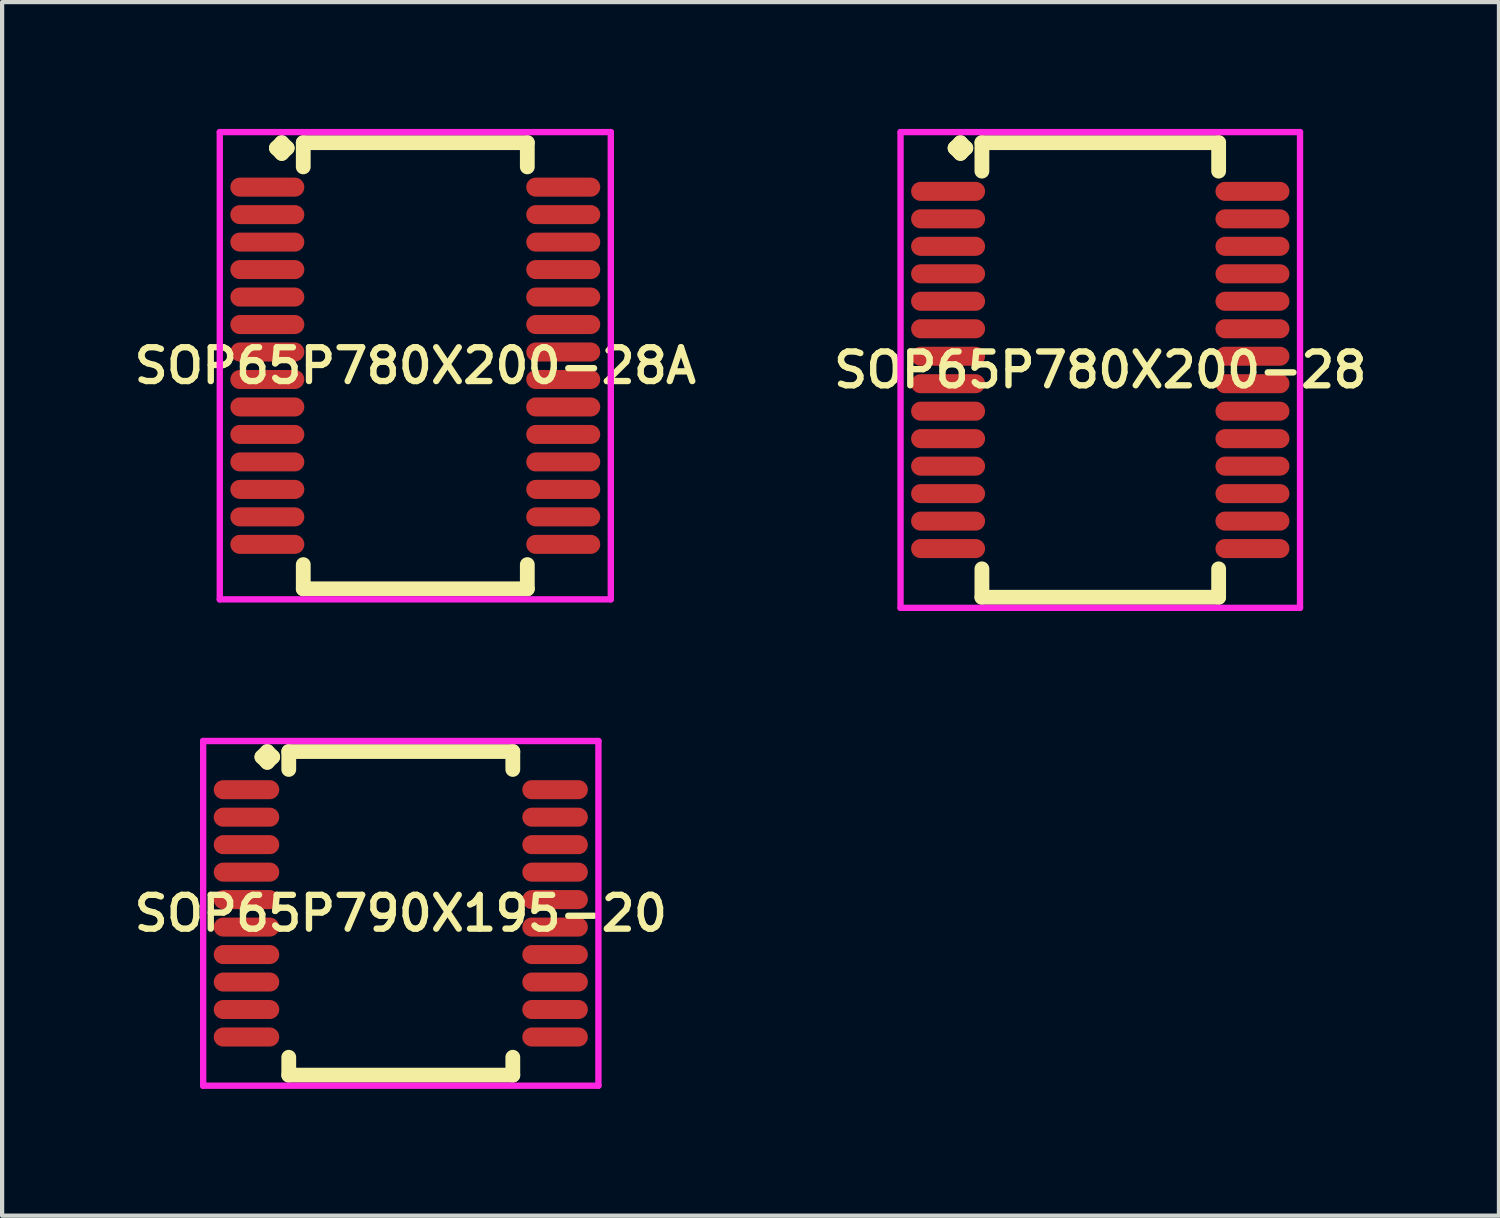
<source format=kicad_pcb>
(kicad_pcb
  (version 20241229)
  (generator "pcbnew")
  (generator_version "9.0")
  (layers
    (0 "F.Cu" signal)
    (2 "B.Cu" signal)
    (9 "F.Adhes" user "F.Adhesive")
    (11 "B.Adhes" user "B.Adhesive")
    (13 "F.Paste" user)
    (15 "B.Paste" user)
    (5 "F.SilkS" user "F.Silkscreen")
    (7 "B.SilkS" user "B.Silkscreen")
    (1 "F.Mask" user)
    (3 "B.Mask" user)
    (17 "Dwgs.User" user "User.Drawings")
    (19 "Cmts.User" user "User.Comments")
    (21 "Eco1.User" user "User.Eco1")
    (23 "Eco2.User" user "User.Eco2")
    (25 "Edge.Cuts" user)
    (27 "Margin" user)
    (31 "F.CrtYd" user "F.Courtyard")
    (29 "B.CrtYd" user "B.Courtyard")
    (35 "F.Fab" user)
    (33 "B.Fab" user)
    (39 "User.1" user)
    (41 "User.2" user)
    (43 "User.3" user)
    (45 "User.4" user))
  (footprint "SOP65P780X200-28"
    (layer "F.Cu")
    (at 22.978 5.702)
    (property "Reference" "SOP65P780X200-28" (at 0 0 0) (layer "F.SilkS") (effects (font (size 0.8 0.8) (thickness 0.15))))
    (attr smd)
    (fp_line (start -3.435 -5.25) (end -3.308 -5.377) (stroke (width 0.35) (type solid)) (layer "F.SilkS"))
    (fp_line (start -3.308 -5.377) (end -3.181 -5.25) (stroke (width 0.35) (type solid)) (layer "F.SilkS"))
    (fp_line (start -3.308 -5.123) (end -3.435 -5.25) (stroke (width 0.35) (type solid)) (layer "F.SilkS"))
    (fp_line (start -3.181 -5.25) (end -3.308 -5.123) (stroke (width 0.35) (type solid)) (layer "F.SilkS"))
    (fp_line (start -2.8 -5.377) (end 2.8 -5.377) (stroke (width 0.35) (type solid)) (layer "F.SilkS"))
    (fp_line (start -2.8 -4.704) (end -2.8 -5.377) (stroke (width 0.35) (type solid)) (layer "F.SilkS"))
    (fp_line (start -2.8 4.704) (end -2.8 5.377) (stroke (width 0.35) (type solid)) (layer "F.SilkS"))
    (fp_line (start -2.8 5.377) (end 2.8 5.377) (stroke (width 0.35) (type solid)) (layer "F.SilkS"))
    (fp_line (start 2.8 -5.377) (end 2.8 -4.704) (stroke (width 0.35) (type solid)) (layer "F.SilkS"))
    (fp_line (start 2.8 5.377) (end 2.8 4.704) (stroke (width 0.35) (type solid)) (layer "F.SilkS"))
    (fp_line (start -4.725 -5.627) (end 4.725 -5.627) (stroke (width 0.15) (type solid)) (layer "F.CrtYd"))
    (fp_line (start -4.725 5.627) (end -4.725 -5.627) (stroke (width 0.15) (type solid)) (layer "F.CrtYd"))
    (fp_line (start 4.725 -5.627) (end 4.725 5.627) (stroke (width 0.15) (type solid)) (layer "F.CrtYd"))
    (fp_line (start 4.725 5.627) (end -4.725 5.627) (stroke (width 0.15) (type solid)) (layer "F.CrtYd"))
    (pad "1" smd oval (at -3.6 -4.225) (size 1.75 0.45) (layers "F.Cu" "F.Mask" "F.Paste"))
    (pad "2" smd oval (at -3.6 -3.575) (size 1.75 0.45) (layers "F.Cu" "F.Mask" "F.Paste"))
    (pad "3" smd oval (at -3.6 -2.925) (size 1.75 0.45) (layers "F.Cu" "F.Mask" "F.Paste"))
    (pad "4" smd oval (at -3.6 -2.275) (size 1.75 0.45) (layers "F.Cu" "F.Mask" "F.Paste"))
    (pad "5" smd oval (at -3.6 -1.625) (size 1.75 0.45) (layers "F.Cu" "F.Mask" "F.Paste"))
    (pad "6" smd oval (at -3.6 -0.975) (size 1.75 0.45) (layers "F.Cu" "F.Mask" "F.Paste"))
    (pad "7" smd oval (at -3.6 -0.325) (size 1.75 0.45) (layers "F.Cu" "F.Mask" "F.Paste"))
    (pad "8" smd oval (at -3.6 0.325) (size 1.75 0.45) (layers "F.Cu" "F.Mask" "F.Paste"))
    (pad "9" smd oval (at -3.6 0.975) (size 1.75 0.45) (layers "F.Cu" "F.Mask" "F.Paste"))
    (pad "10" smd oval (at -3.6 1.625) (size 1.75 0.45) (layers "F.Cu" "F.Mask" "F.Paste"))
    (pad "11" smd oval (at -3.6 2.275) (size 1.75 0.45) (layers "F.Cu" "F.Mask" "F.Paste"))
    (pad "12" smd oval (at -3.6 2.925) (size 1.75 0.45) (layers "F.Cu" "F.Mask" "F.Paste"))
    (pad "13" smd oval (at -3.6 3.575) (size 1.75 0.45) (layers "F.Cu" "F.Mask" "F.Paste"))
    (pad "14" smd oval (at -3.6 4.225) (size 1.75 0.45) (layers "F.Cu" "F.Mask" "F.Paste"))
    (pad "15" smd oval (at 3.6 4.225) (size 1.75 0.45) (layers "F.Cu" "F.Mask" "F.Paste"))
    (pad "16" smd oval (at 3.6 3.575) (size 1.75 0.45) (layers "F.Cu" "F.Mask" "F.Paste"))
    (pad "17" smd oval (at 3.6 2.925) (size 1.75 0.45) (layers "F.Cu" "F.Mask" "F.Paste"))
    (pad "18" smd oval (at 3.6 2.275) (size 1.75 0.45) (layers "F.Cu" "F.Mask" "F.Paste"))
    (pad "19" smd oval (at 3.6 1.625) (size 1.75 0.45) (layers "F.Cu" "F.Mask" "F.Paste"))
    (pad "20" smd oval (at 3.6 0.975) (size 1.75 0.45) (layers "F.Cu" "F.Mask" "F.Paste"))
    (pad "21" smd oval (at 3.6 0.325) (size 1.75 0.45) (layers "F.Cu" "F.Mask" "F.Paste"))
    (pad "22" smd oval (at 3.6 -0.325) (size 1.75 0.45) (layers "F.Cu" "F.Mask" "F.Paste"))
    (pad "23" smd oval (at 3.6 -0.975) (size 1.75 0.45) (layers "F.Cu" "F.Mask" "F.Paste"))
    (pad "24" smd oval (at 3.6 -1.625) (size 1.75 0.45) (layers "F.Cu" "F.Mask" "F.Paste"))
    (pad "25" smd oval (at 3.6 -2.275) (size 1.75 0.45) (layers "F.Cu" "F.Mask" "F.Paste"))
    (pad "26" smd oval (at 3.6 -2.925) (size 1.75 0.45) (layers "F.Cu" "F.Mask" "F.Paste"))
    (pad "27" smd oval (at 3.6 -3.575) (size 1.75 0.45) (layers "F.Cu" "F.Mask" "F.Paste"))
    (pad "28" smd oval (at 3.6 -4.225) (size 1.75 0.45) (layers "F.Cu" "F.Mask" "F.Paste")))
  (footprint "SOP65P790X195-20"
    (layer "F.Cu")
    (at 6.431 18.556)
    (property "Reference" "SOP65P790X195-20" (at 0 0 0) (layer "F.SilkS") (effects (font (size 0.8 0.8) (thickness 0.15))))
    (attr smd)
    (fp_line (start -3.285 -3.7) (end -3.158 -3.827) (stroke (width 0.35) (type solid)) (layer "F.SilkS"))
    (fp_line (start -3.158 -3.827) (end -3.031 -3.7) (stroke (width 0.35) (type solid)) (layer "F.SilkS"))
    (fp_line (start -3.158 -3.573) (end -3.285 -3.7) (stroke (width 0.35) (type solid)) (layer "F.SilkS"))
    (fp_line (start -3.031 -3.7) (end -3.158 -3.573) (stroke (width 0.35) (type solid)) (layer "F.SilkS"))
    (fp_line (start -2.65 -3.827) (end 2.65 -3.827) (stroke (width 0.35) (type solid)) (layer "F.SilkS"))
    (fp_line (start -2.65 -3.404) (end -2.65 -3.827) (stroke (width 0.35) (type solid)) (layer "F.SilkS"))
    (fp_line (start -2.65 3.404) (end -2.65 3.827) (stroke (width 0.35) (type solid)) (layer "F.SilkS"))
    (fp_line (start -2.65 3.827) (end 2.65 3.827) (stroke (width 0.35) (type solid)) (layer "F.SilkS"))
    (fp_line (start 2.65 -3.827) (end 2.65 -3.404) (stroke (width 0.35) (type solid)) (layer "F.SilkS"))
    (fp_line (start 2.65 3.827) (end 2.65 3.404) (stroke (width 0.35) (type solid)) (layer "F.SilkS"))
    (fp_line (start -4.675 -4.077) (end 4.675 -4.077) (stroke (width 0.15) (type solid)) (layer "F.CrtYd"))
    (fp_line (start -4.675 4.077) (end -4.675 -4.077) (stroke (width 0.15) (type solid)) (layer "F.CrtYd"))
    (fp_line (start 4.675 -4.077) (end 4.675 4.077) (stroke (width 0.15) (type solid)) (layer "F.CrtYd"))
    (fp_line (start 4.675 4.077) (end -4.675 4.077) (stroke (width 0.15) (type solid)) (layer "F.CrtYd"))
    (pad "1" smd oval (at -3.65 -2.925) (size 1.55 0.45) (layers "F.Cu" "F.Mask" "F.Paste"))
    (pad "2" smd oval (at -3.65 -2.275) (size 1.55 0.45) (layers "F.Cu" "F.Mask" "F.Paste"))
    (pad "3" smd oval (at -3.65 -1.625) (size 1.55 0.45) (layers "F.Cu" "F.Mask" "F.Paste"))
    (pad "4" smd oval (at -3.65 -0.975) (size 1.55 0.45) (layers "F.Cu" "F.Mask" "F.Paste"))
    (pad "5" smd oval (at -3.65 -0.325) (size 1.55 0.45) (layers "F.Cu" "F.Mask" "F.Paste"))
    (pad "6" smd oval (at -3.65 0.325) (size 1.55 0.45) (layers "F.Cu" "F.Mask" "F.Paste"))
    (pad "7" smd oval (at -3.65 0.975) (size 1.55 0.45) (layers "F.Cu" "F.Mask" "F.Paste"))
    (pad "8" smd oval (at -3.65 1.625) (size 1.55 0.45) (layers "F.Cu" "F.Mask" "F.Paste"))
    (pad "9" smd oval (at -3.65 2.275) (size 1.55 0.45) (layers "F.Cu" "F.Mask" "F.Paste"))
    (pad "10" smd oval (at -3.65 2.925) (size 1.55 0.45) (layers "F.Cu" "F.Mask" "F.Paste"))
    (pad "11" smd oval (at 3.65 2.925) (size 1.55 0.45) (layers "F.Cu" "F.Mask" "F.Paste"))
    (pad "12" smd oval (at 3.65 2.275) (size 1.55 0.45) (layers "F.Cu" "F.Mask" "F.Paste"))
    (pad "13" smd oval (at 3.65 1.625) (size 1.55 0.45) (layers "F.Cu" "F.Mask" "F.Paste"))
    (pad "14" smd oval (at 3.65 0.975) (size 1.55 0.45) (layers "F.Cu" "F.Mask" "F.Paste"))
    (pad "15" smd oval (at 3.65 0.325) (size 1.55 0.45) (layers "F.Cu" "F.Mask" "F.Paste"))
    (pad "16" smd oval (at 3.65 -0.325) (size 1.55 0.45) (layers "F.Cu" "F.Mask" "F.Paste"))
    (pad "17" smd oval (at 3.65 -0.975) (size 1.55 0.45) (layers "F.Cu" "F.Mask" "F.Paste"))
    (pad "18" smd oval (at 3.65 -1.625) (size 1.55 0.45) (layers "F.Cu" "F.Mask" "F.Paste"))
    (pad "19" smd oval (at 3.65 -2.275) (size 1.55 0.45) (layers "F.Cu" "F.Mask" "F.Paste"))
    (pad "20" smd oval (at 3.65 -2.925) (size 1.55 0.45) (layers "F.Cu" "F.Mask" "F.Paste")))
  (footprint "SOP65P780X200-28A"
    (layer "F.Cu")
    (at 6.774 5.602)
    (property "Reference" "SOP65P780X200-28A" (at 0 0 0) (layer "F.SilkS") (effects (font (size 0.8 0.8) (thickness 0.15))))
    (attr smd)
    (fp_line (start -3.285 -5.15) (end -3.158 -5.277) (stroke (width 0.35) (type solid)) (layer "F.SilkS"))
    (fp_line (start -3.158 -5.277) (end -3.031 -5.15) (stroke (width 0.35) (type solid)) (layer "F.SilkS"))
    (fp_line (start -3.158 -5.023) (end -3.285 -5.15) (stroke (width 0.35) (type solid)) (layer "F.SilkS"))
    (fp_line (start -3.031 -5.15) (end -3.158 -5.023) (stroke (width 0.35) (type solid)) (layer "F.SilkS"))
    (fp_line (start -2.65 -5.277) (end 2.65 -5.277) (stroke (width 0.35) (type solid)) (layer "F.SilkS"))
    (fp_line (start -2.65 -4.704) (end -2.65 -5.277) (stroke (width 0.35) (type solid)) (layer "F.SilkS"))
    (fp_line (start -2.65 4.704) (end -2.65 5.277) (stroke (width 0.35) (type solid)) (layer "F.SilkS"))
    (fp_line (start -2.65 5.277) (end 2.65 5.277) (stroke (width 0.35) (type solid)) (layer "F.SilkS"))
    (fp_line (start 2.65 -5.277) (end 2.65 -4.704) (stroke (width 0.35) (type solid)) (layer "F.SilkS"))
    (fp_line (start 2.65 5.277) (end 2.65 4.704) (stroke (width 0.35) (type solid)) (layer "F.SilkS"))
    (fp_line (start -4.625 -5.527) (end 4.625 -5.527) (stroke (width 0.15) (type solid)) (layer "F.CrtYd"))
    (fp_line (start -4.625 5.527) (end -4.625 -5.527) (stroke (width 0.15) (type solid)) (layer "F.CrtYd"))
    (fp_line (start 4.625 -5.527) (end 4.625 5.527) (stroke (width 0.15) (type solid)) (layer "F.CrtYd"))
    (fp_line (start 4.625 5.527) (end -4.625 5.527) (stroke (width 0.15) (type solid)) (layer "F.CrtYd"))
    (pad "1" smd oval (at -3.5 -4.225) (size 1.75 0.45) (layers "F.Cu" "F.Mask" "F.Paste"))
    (pad "2" smd oval (at -3.5 -3.575) (size 1.75 0.45) (layers "F.Cu" "F.Mask" "F.Paste"))
    (pad "3" smd oval (at -3.5 -2.925) (size 1.75 0.45) (layers "F.Cu" "F.Mask" "F.Paste"))
    (pad "4" smd oval (at -3.5 -2.275) (size 1.75 0.45) (layers "F.Cu" "F.Mask" "F.Paste"))
    (pad "5" smd oval (at -3.5 -1.625) (size 1.75 0.45) (layers "F.Cu" "F.Mask" "F.Paste"))
    (pad "6" smd oval (at -3.5 -0.975) (size 1.75 0.45) (layers "F.Cu" "F.Mask" "F.Paste"))
    (pad "7" smd oval (at -3.5 -0.325) (size 1.75 0.45) (layers "F.Cu" "F.Mask" "F.Paste"))
    (pad "8" smd oval (at -3.5 0.325) (size 1.75 0.45) (layers "F.Cu" "F.Mask" "F.Paste"))
    (pad "9" smd oval (at -3.5 0.975) (size 1.75 0.45) (layers "F.Cu" "F.Mask" "F.Paste"))
    (pad "10" smd oval (at -3.5 1.625) (size 1.75 0.45) (layers "F.Cu" "F.Mask" "F.Paste"))
    (pad "11" smd oval (at -3.5 2.275) (size 1.75 0.45) (layers "F.Cu" "F.Mask" "F.Paste"))
    (pad "12" smd oval (at -3.5 2.925) (size 1.75 0.45) (layers "F.Cu" "F.Mask" "F.Paste"))
    (pad "13" smd oval (at -3.5 3.575) (size 1.75 0.45) (layers "F.Cu" "F.Mask" "F.Paste"))
    (pad "14" smd oval (at -3.5 4.225) (size 1.75 0.45) (layers "F.Cu" "F.Mask" "F.Paste"))
    (pad "15" smd oval (at 3.5 4.225) (size 1.75 0.45) (layers "F.Cu" "F.Mask" "F.Paste"))
    (pad "16" smd oval (at 3.5 3.575) (size 1.75 0.45) (layers "F.Cu" "F.Mask" "F.Paste"))
    (pad "17" smd oval (at 3.5 2.925) (size 1.75 0.45) (layers "F.Cu" "F.Mask" "F.Paste"))
    (pad "18" smd oval (at 3.5 2.275) (size 1.75 0.45) (layers "F.Cu" "F.Mask" "F.Paste"))
    (pad "19" smd oval (at 3.5 1.625) (size 1.75 0.45) (layers "F.Cu" "F.Mask" "F.Paste"))
    (pad "20" smd oval (at 3.5 0.975) (size 1.75 0.45) (layers "F.Cu" "F.Mask" "F.Paste"))
    (pad "21" smd oval (at 3.5 0.325) (size 1.75 0.45) (layers "F.Cu" "F.Mask" "F.Paste"))
    (pad "22" smd oval (at 3.5 -0.325) (size 1.75 0.45) (layers "F.Cu" "F.Mask" "F.Paste"))
    (pad "23" smd oval (at 3.5 -0.975) (size 1.75 0.45) (layers "F.Cu" "F.Mask" "F.Paste"))
    (pad "24" smd oval (at 3.5 -1.625) (size 1.75 0.45) (layers "F.Cu" "F.Mask" "F.Paste"))
    (pad "25" smd oval (at 3.5 -2.275) (size 1.75 0.45) (layers "F.Cu" "F.Mask" "F.Paste"))
    (pad "26" smd oval (at 3.5 -2.925) (size 1.75 0.45) (layers "F.Cu" "F.Mask" "F.Paste"))
    (pad "27" smd oval (at 3.5 -3.575) (size 1.75 0.45) (layers "F.Cu" "F.Mask" "F.Paste"))
    (pad "28" smd oval (at 3.5 -4.225) (size 1.75 0.45) (layers "F.Cu" "F.Mask" "F.Paste")))
  (gr_rect
    (start -3 -3)
    (end 32.409 25.708)
    (stroke (width 0.1) (type default))
    (fill no)
    (layer "Edge.Cuts")))
</source>
